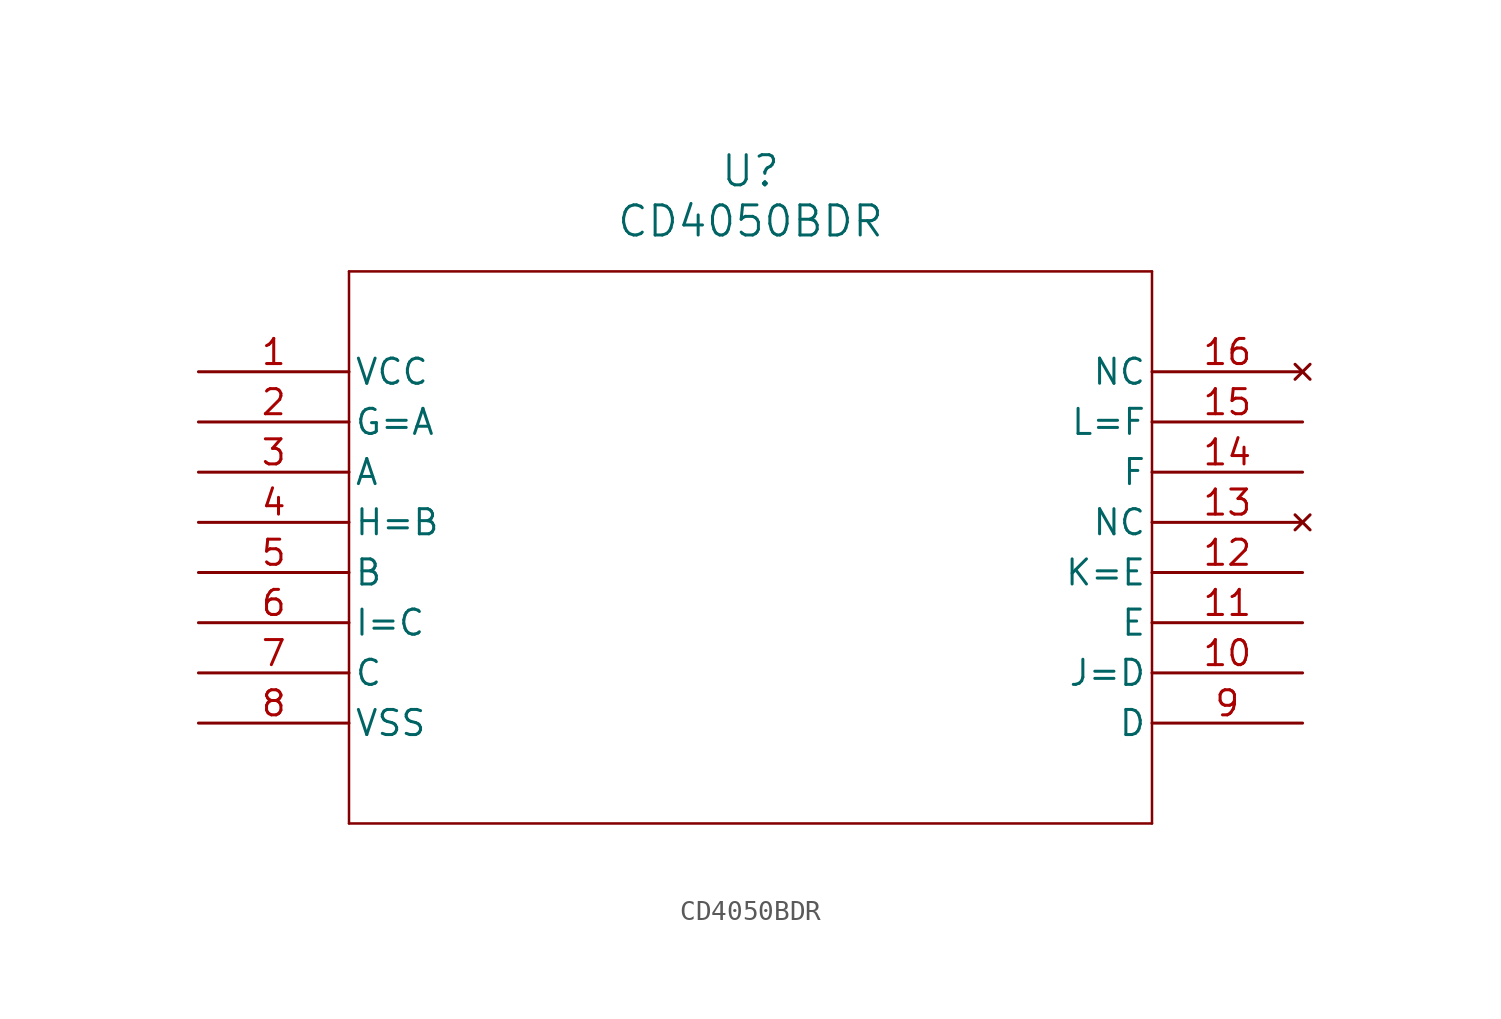
<source format=kicad_sym>
(kicad_symbol_lib
  (version 20220914)
  (generator kicad_symbol_editor)
  (symbol "CD4050BDR"
    (pin_names
      (offset 0.254))
    (property "Reference" "U"
      (at 27.94 10.16 0)
      (effects (font (size 1.524 1.524))))
    (property "Value" "CD4050BDR"
      (at 27.94 7.62 0)
      (effects (font (size 1.524 1.524))))
    (property "ki_locked" ""
      (at 0 0 0)
      (effects (font (size 1.27 1.27))))
    (symbol "CD4050BDR_0_1"
      (polyline (pts (xy 7.62 -22.86) (xy 48.26 -22.86)) (stroke (width 0.127) (type default)) (fill (type none)))
      (polyline (pts (xy 7.62 5.08) (xy 7.62 -22.86)) (stroke (width 0.127) (type default)) (fill (type none)))
      (polyline (pts (xy 48.26 -22.86) (xy 48.26 5.08)) (stroke (width 0.127) (type default)) (fill (type none)))
      (polyline (pts (xy 48.26 5.08) (xy 7.62 5.08)) (stroke (width 0.127) (type default)) (fill (type none)))
      (pin power_in line (at 0 0 0) (length 7.62) (name "VCC" (effects (font (size 1.27 1.27)))) (number "1" (effects (font (size 1.27 1.27)))))
      (pin no_connect line (at 55.88 -7.62 180) (length 7.62) (name "NC" (effects (font (size 1.27 1.27)))) (number "13" (effects (font (size 1.27 1.27)))))
      (pin no_connect line (at 55.88 0 180) (length 7.62) (name "NC" (effects (font (size 1.27 1.27)))) (number "16" (effects (font (size 1.27 1.27)))))
      (pin power_in line (at 0 -17.78 0) (length 7.62) (name "VSS" (effects (font (size 1.27 1.27)))) (number "8" (effects (font (size 1.27 1.27))))))
    (symbol "CD4050BDR_1_1"
      (pin output line (at 55.88 -15.24 180) (length 7.62) (name "J=D" (effects (font (size 1.27 1.27)))) (number "10" (effects (font (size 1.27 1.27)))))
      (pin input line (at 55.88 -12.7 180) (length 7.62) (name "E" (effects (font (size 1.27 1.27)))) (number "11" (effects (font (size 1.27 1.27)))))
      (pin output line (at 55.88 -10.16 180) (length 7.62) (name "K=E" (effects (font (size 1.27 1.27)))) (number "12" (effects (font (size 1.27 1.27)))))
      (pin input line (at 55.88 -5.08 180) (length 7.62) (name "F" (effects (font (size 1.27 1.27)))) (number "14" (effects (font (size 1.27 1.27)))))
      (pin output line (at 55.88 -2.54 180) (length 7.62) (name "L=F" (effects (font (size 1.27 1.27)))) (number "15" (effects (font (size 1.27 1.27)))))
      (pin output line (at 0 -2.54 0) (length 7.62) (name "G=A" (effects (font (size 1.27 1.27)))) (number "2" (effects (font (size 1.27 1.27)))))
      (pin input line (at 0 -5.08 0) (length 7.62) (name "A" (effects (font (size 1.27 1.27)))) (number "3" (effects (font (size 1.27 1.27)))))
      (pin output line (at 0 -7.62 0) (length 7.62) (name "H=B" (effects (font (size 1.27 1.27)))) (number "4" (effects (font (size 1.27 1.27)))))
      (pin input line (at 0 -10.16 0) (length 7.62) (name "B" (effects (font (size 1.27 1.27)))) (number "5" (effects (font (size 1.27 1.27)))))
      (pin output line (at 0 -12.7 0) (length 7.62) (name "I=C" (effects (font (size 1.27 1.27)))) (number "6" (effects (font (size 1.27 1.27)))))
      (pin input line (at 0 -15.24 0) (length 7.62) (name "C" (effects (font (size 1.27 1.27)))) (number "7" (effects (font (size 1.27 1.27)))))
      (pin input line (at 55.88 -17.78 180) (length 7.62) (name "D" (effects (font (size 1.27 1.27)))) (number "9" (effects (font (size 1.27 1.27))))))))
</source>
